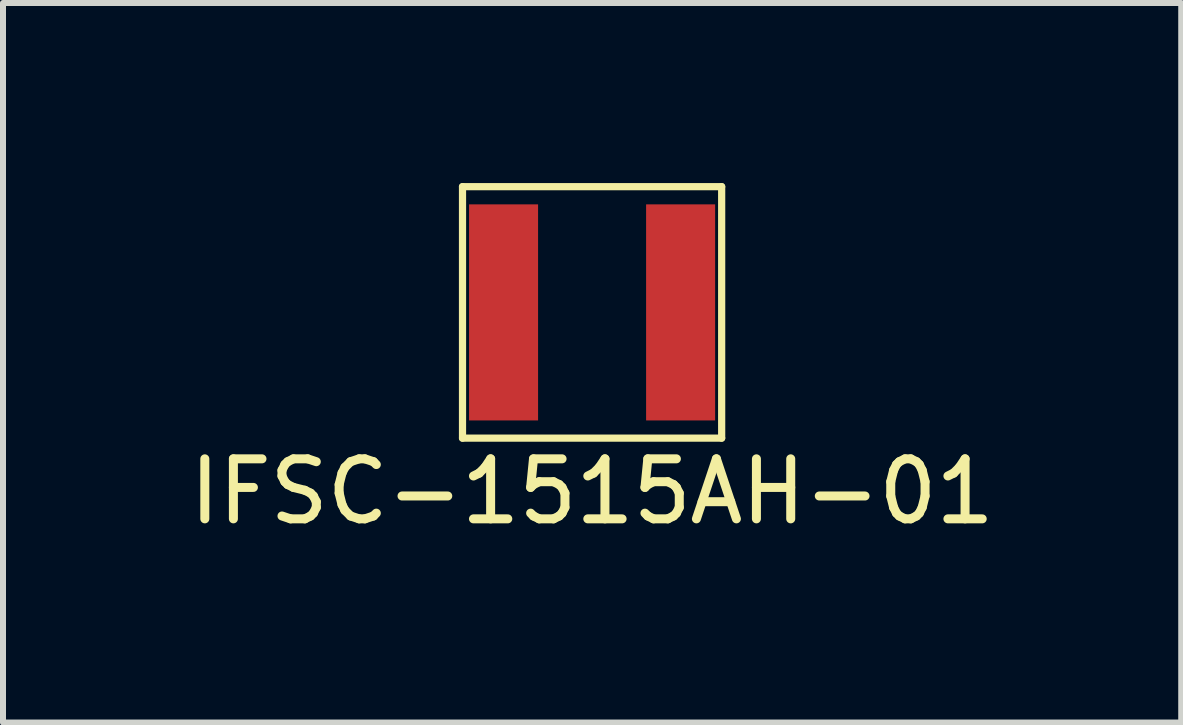
<source format=kicad_pcb>
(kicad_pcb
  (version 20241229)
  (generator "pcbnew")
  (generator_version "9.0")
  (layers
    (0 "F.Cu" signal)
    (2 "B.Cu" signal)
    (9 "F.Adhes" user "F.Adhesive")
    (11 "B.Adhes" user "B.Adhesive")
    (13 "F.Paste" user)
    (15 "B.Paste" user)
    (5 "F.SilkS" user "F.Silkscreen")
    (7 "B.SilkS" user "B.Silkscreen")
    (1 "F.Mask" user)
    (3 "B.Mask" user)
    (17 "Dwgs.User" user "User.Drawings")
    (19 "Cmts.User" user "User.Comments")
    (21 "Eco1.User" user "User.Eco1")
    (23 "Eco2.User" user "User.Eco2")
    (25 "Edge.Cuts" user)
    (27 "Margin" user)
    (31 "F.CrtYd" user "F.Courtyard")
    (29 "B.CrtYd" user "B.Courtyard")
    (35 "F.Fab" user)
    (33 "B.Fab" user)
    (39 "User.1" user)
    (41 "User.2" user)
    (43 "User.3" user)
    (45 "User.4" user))
  (footprint "IFSC-1515AH-01"
    (layer "F.Cu")
    (at 6.815 2.155)
    (property "Reference" "IFSC-1515AH-01" (at 0 2.985 0) (layer "F.SilkS") (effects (font (size 1 1) (thickness 0.15))))
    (attr through_hole)
    (fp_line (start -2.159 -2.095) (end -2.159 2.095) (stroke (width 0.12) (type solid)) (layer "F.SilkS"))
    (fp_line (start -2.159 -2.095) (end 2.159 -2.095) (stroke (width 0.12) (type solid)) (layer "F.SilkS"))
    (fp_line (start -2.159 2.095) (end 2.159 2.095) (stroke (width 0.12) (type solid)) (layer "F.SilkS"))
    (fp_line (start 2.159 -2.095) (end 2.159 2.095) (stroke (width 0.12) (type solid)) (layer "F.SilkS"))
    (pad "1" smd rect (at -1.475 0) (size 1.15 3.6) (layers "F.Cu" "F.Mask" "F.Paste"))
    (pad "2" smd rect (at 1.475 0) (size 1.15 3.6) (layers "F.Cu" "F.Mask" "F.Paste")))
  (gr_rect
    (start -3 -3)
    (end 16.631 8.988)
    (stroke (width 0.1) (type default))
    (fill no)
    (layer "Edge.Cuts")))
</source>
